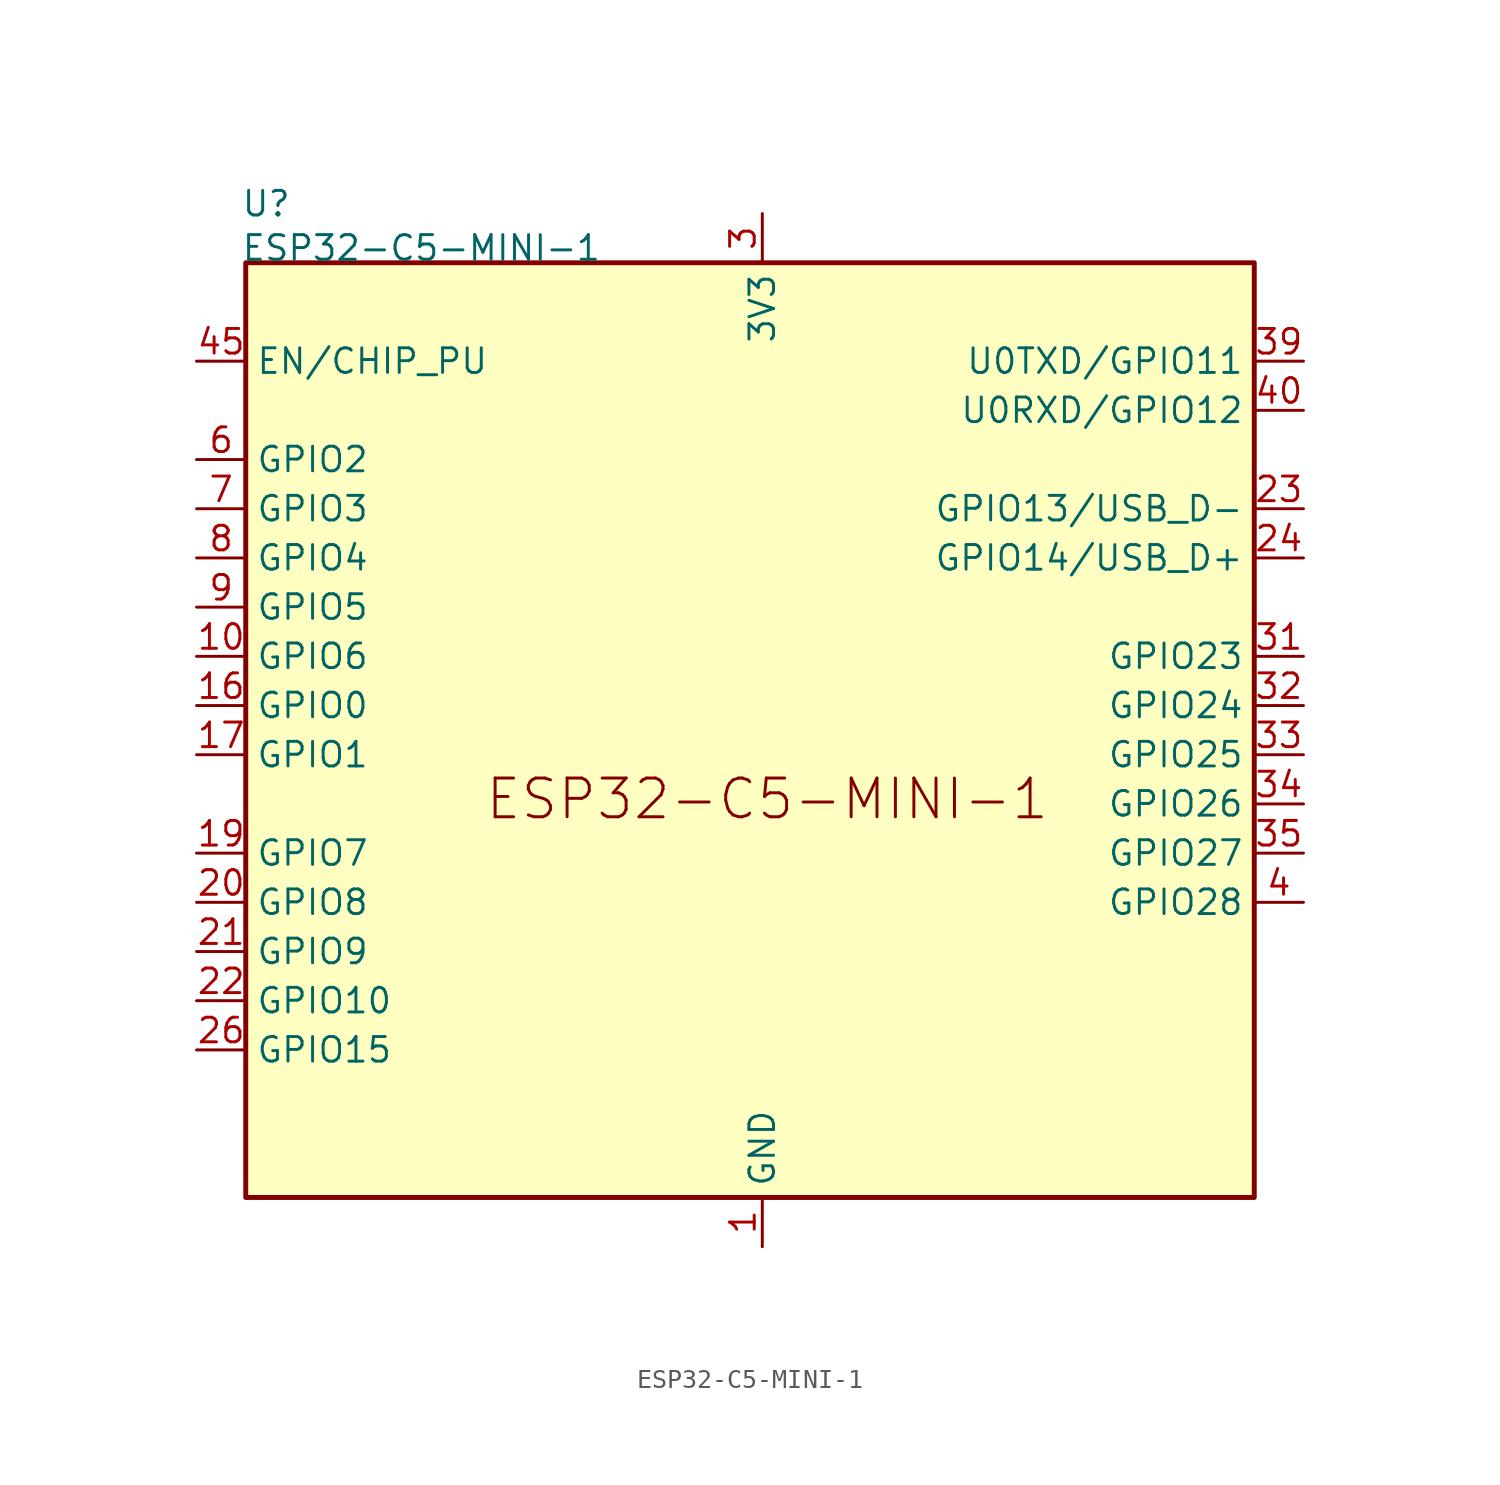
<source format=kicad_sym>
(kicad_symbol_lib
  (version 20241209)
  (generator "kicad_symbol_editor")
  (generator_version "9.0")
  (symbol "ESP32-C5-MINI-1"
    (property "Reference" "U"
      (at -26.924 27.178 0)
      (effects (font (size 1.27 1.27)) (justify left)))
    (property "Value" "ESP32-C5-MINI-1"
      (at -26.924 24.892 0)
      (effects (font (size 1.27 1.27)) (justify left)))
    (symbol "ESP32-C5-MINI-1_0_1"
      (rectangle (start -26.67 24.13) (end 25.4 -24.13) (stroke (width 0.254) (type default)) (fill (type background))))
    (symbol "ESP32-C5-MINI-1_1_0"
      (pin passive line (at 0 -26.67 90) (length 2.54) (hide yes) (name "GND" (effects (font (size 1.27 1.27)))) (number "46" (effects (font (size 1.27 1.27)))))
      (pin bidirectional line (at 27.94 19.05 180) (length 2.54) (name "U0TXD/GPIO11" (effects (font (size 1.27 1.27)))) (number "39" (effects (font (size 1.27 1.27)))) (alternate "GPIO11" bidirectional line) (alternate "U0TXD" output line))
      (pin bidirectional line (at 27.94 16.51 180) (length 2.54) (name "U0RXD/GPIO12" (effects (font (size 1.27 1.27)))) (number "40" (effects (font (size 1.27 1.27)))) (alternate "GPIO12" bidirectional line) (alternate "U0RXD" input line)))
    (symbol "ESP32-C5-MINI-1_1_1"
      (text "ESP32-C5-MINI-1" (at 0.254 -3.556 0) (effects (font (size 2 2))))
      (pin input line (at -29.21 19.05 0) (length 2.54) (name "EN/CHIP_PU" (effects (font (size 1.27 1.27)))) (number "45" (effects (font (size 1.27 1.27)))))
      (pin no_connect line (at -29.21 16.51 0) (length 2.54) (hide yes) (name "NC" (effects (font (size 1.27 1.27)))) (number "5" (effects (font (size 1.27 1.27)))))
      (pin bidirectional line (at -29.21 13.97 0) (length 2.54) (name "GPIO2" (effects (font (size 1.27 1.27)))) (number "6" (effects (font (size 1.27 1.27)))) (alternate "ADC1_CH1" input line) (alternate "FSPIQ" bidirectional line) (alternate "GPIO2" bidirectional line) (alternate "LP_GPIO2" bidirectional line) (alternate "LP_I2C_SDA" bidirectional line) (alternate "LP_UART_RTSN" bidirectional line) (alternate "MTMS" bidirectional line))
      (pin bidirectional line (at -29.21 11.43 0) (length 2.54) (name "GPIO3" (effects (font (size 1.27 1.27)))) (number "7" (effects (font (size 1.27 1.27)))) (alternate "ADC1_CH2" input line) (alternate "LP_GPIO3" bidirectional line) (alternate "LP_I2C_SCL" bidirectional line) (alternate "LP_UART_CTSN" bidirectional line) (alternate "MTDI" bidirectional line))
      (pin bidirectional line (at -29.21 8.89 0) (length 2.54) (name "GPIO4" (effects (font (size 1.27 1.27)))) (number "8" (effects (font (size 1.27 1.27)))) (alternate "ADC1_CH3" input line) (alternate "FSPIHD" bidirectional line) (alternate "LP_GPIO4" bidirectional line) (alternate "LP_UART_RXD" bidirectional line) (alternate "MTCK" bidirectional line))
      (pin bidirectional line (at -29.21 6.35 0) (length 2.54) (name "GPIO5" (effects (font (size 1.27 1.27)))) (number "9" (effects (font (size 1.27 1.27)))) (alternate "ADC1_CH4" bidirectional line) (alternate "FSPIWP" bidirectional line) (alternate "LP_GPIO5" bidirectional line) (alternate "LP_UART_TXD" bidirectional line) (alternate "MTDO" bidirectional line))
      (pin bidirectional line (at -29.21 3.81 0) (length 2.54) (name "GPIO6" (effects (font (size 1.27 1.27)))) (number "10" (effects (font (size 1.27 1.27)))) (alternate "ADC1_CH5" input line) (alternate "FSPICLK" bidirectional line) (alternate "LP_GPIO6" bidirectional line))
      (pin bidirectional line (at -29.21 1.27 0) (length 2.54) (name "GPIO0" (effects (font (size 1.27 1.27)))) (number "16" (effects (font (size 1.27 1.27)))) (alternate "LP_GPIO0" bidirectional line) (alternate "LP_UART_DTRN" bidirectional line) (alternate "XTAL_32K_P" bidirectional line))
      (pin bidirectional line (at -29.21 -1.27 0) (length 2.54) (name "GPIO1" (effects (font (size 1.27 1.27)))) (number "17" (effects (font (size 1.27 1.27)))) (alternate "ADC1_CH0" input line) (alternate "LP_GPIO1" bidirectional line) (alternate "LP_UART_DSRN" bidirectional line) (alternate "XTAL_32K_N" bidirectional line))
      (pin no_connect line (at -29.21 -3.81 0) (length 2.54) (hide yes) (name "NC" (effects (font (size 1.27 1.27)))) (number "14" (effects (font (size 1.27 1.27)))))
      (pin bidirectional line (at -29.21 -6.35 0) (length 2.54) (name "GPIO7" (effects (font (size 1.27 1.27)))) (number "19" (effects (font (size 1.27 1.27)))) (alternate "FSPID" bidirectional line) (alternate "SDIO_DATA1" bidirectional line))
      (pin bidirectional line (at -29.21 -8.89 0) (length 2.54) (name "GPIO8" (effects (font (size 1.27 1.27)))) (number "20" (effects (font (size 1.27 1.27)))) (alternate "PAD_COMP0" bidirectional line) (alternate "SDIO_DATA0" bidirectional line))
      (pin bidirectional line (at -29.21 -11.43 0) (length 2.54) (name "GPIO9" (effects (font (size 1.27 1.27)))) (number "21" (effects (font (size 1.27 1.27)))) (alternate "PAD_COMP1" bidirectional line) (alternate "SDIO_CLK" bidirectional line))
      (pin bidirectional line (at -29.21 -13.97 0) (length 2.54) (name "GPIO10" (effects (font (size 1.27 1.27)))) (number "22" (effects (font (size 1.27 1.27)))) (alternate "FSPICS0" bidirectional line) (alternate "SDIO_CMD" bidirectional line))
      (pin bidirectional line (at -29.21 -16.51 0) (length 2.54) (name "GPIO15" (effects (font (size 1.27 1.27)))) (number "26" (effects (font (size 1.27 1.27)))) (alternate "SPICS1" bidirectional line))
      (pin no_connect line (at -29.21 -19.05 0) (length 2.54) (hide yes) (name "NC" (effects (font (size 1.27 1.27)))) (number "15" (effects (font (size 1.27 1.27)))))
      (pin no_connect line (at -29.21 -21.59 0) (length 2.54) (hide yes) (name "NC" (effects (font (size 1.27 1.27)))) (number "18" (effects (font (size 1.27 1.27)))))
      (pin no_connect line (at -20.32 -26.67 90) (length 2.54) (hide yes) (name "NC" (effects (font (size 1.27 1.27)))) (number "28" (effects (font (size 1.27 1.27)))))
      (pin no_connect line (at -17.78 -26.67 90) (length 2.54) (hide yes) (name "NC" (effects (font (size 1.27 1.27)))) (number "25" (effects (font (size 1.27 1.27)))))
      (pin no_connect line (at -15.24 -26.67 90) (length 2.54) (hide yes) (name "NC" (effects (font (size 1.27 1.27)))) (number "27" (effects (font (size 1.27 1.27)))))
      (pin no_connect line (at -12.7 -26.67 90) (length 2.54) (hide yes) (name "NC" (effects (font (size 1.27 1.27)))) (number "29" (effects (font (size 1.27 1.27)))))
      (pin no_connect line (at -10.16 -26.67 90) (length 2.54) (hide yes) (name "NC" (effects (font (size 1.27 1.27)))) (number "30" (effects (font (size 1.27 1.27)))))
      (pin no_connect line (at -7.62 -26.67 90) (length 2.54) (hide yes) (name "NC" (effects (font (size 1.27 1.27)))) (number "49" (effects (font (size 1.27 1.27)))))
      (pin power_in line (at 0 26.67 270) (length 2.54) (name "3V3" (effects (font (size 1.27 1.27)))) (number "3" (effects (font (size 1.27 1.27)))))
      (pin power_in line (at 0 -26.67 90) (length 2.54) (name "GND" (effects (font (size 1.27 1.27)))) (number "1" (effects (font (size 1.27 1.27)))))
      (pin passive line (at 0 -26.67 90) (length 2.54) (hide yes) (name "GND" (effects (font (size 1.27 1.27)))) (number "2" (effects (font (size 1.27 1.27)))))
      (pin passive line (at 0 -26.67 90) (length 2.54) (hide yes) (name "GND" (effects (font (size 1.27 1.27)))) (number "42" (effects (font (size 1.27 1.27)))))
      (pin passive line (at 0 -26.67 90) (length 2.54) (hide yes) (name "GND" (effects (font (size 1.27 1.27)))) (number "43" (effects (font (size 1.27 1.27)))))
      (pin passive line (at 0 -26.67 90) (length 2.54) (hide yes) (name "GND" (effects (font (size 1.27 1.27)))) (number "47" (effects (font (size 1.27 1.27)))))
      (pin passive line (at 0 -26.67 90) (length 2.54) (hide yes) (name "GND" (effects (font (size 1.27 1.27)))) (number "48" (effects (font (size 1.27 1.27)))))
      (pin passive line (at 0 -26.67 90) (length 2.54) (hide yes) (name "GND" (effects (font (size 1.27 1.27)))) (number "50" (effects (font (size 1.27 1.27)))))
      (pin passive line (at 0 -26.67 90) (length 2.54) (hide yes) (name "GND" (effects (font (size 1.27 1.27)))) (number "51" (effects (font (size 1.27 1.27)))))
      (pin passive line (at 0 -26.67 90) (length 2.54) (hide yes) (name "GND" (effects (font (size 1.27 1.27)))) (number "52" (effects (font (size 1.27 1.27)))))
      (pin passive line (at 0 -26.67 90) (length 2.54) (hide yes) (name "GND" (effects (font (size 1.27 1.27)))) (number "53" (effects (font (size 1.27 1.27)))))
      (pin passive line (at 0 -26.67 90) (length 2.54) (hide yes) (name "GND" (effects (font (size 1.27 1.27)))) (number "54" (effects (font (size 1.27 1.27)))))
      (pin passive line (at 0 -26.67 90) (length 2.54) (hide yes) (name "GND" (effects (font (size 1.27 1.27)))) (number "55" (effects (font (size 1.27 1.27)))))
      (pin passive line (at 0 -26.67 90) (length 2.54) (hide yes) (name "GND" (effects (font (size 1.27 1.27)))) (number "56" (effects (font (size 1.27 1.27)))))
      (pin passive line (at 0 -26.67 90) (length 2.54) (hide yes) (name "GND" (effects (font (size 1.27 1.27)))) (number "57" (effects (font (size 1.27 1.27)))))
      (pin passive line (at 0 -26.67 90) (length 2.54) (hide yes) (name "GND" (effects (font (size 1.27 1.27)))) (number "58" (effects (font (size 1.27 1.27)))))
      (pin passive line (at 0 -26.67 90) (length 2.54) (hide yes) (name "GND" (effects (font (size 1.27 1.27)))) (number "59" (effects (font (size 1.27 1.27)))))
      (pin passive line (at 0 -26.67 90) (length 2.54) (hide yes) (name "GND" (effects (font (size 1.27 1.27)))) (number "60" (effects (font (size 1.27 1.27)))))
      (pin passive line (at 0 -26.67 90) (length 2.54) (hide yes) (name "GND" (effects (font (size 1.27 1.27)))) (number "61" (effects (font (size 1.27 1.27)))))
      (pin passive line (at 0 -26.67 90) (length 2.54) (hide yes) (name "GND" (effects (font (size 1.27 1.27)))) (number "62" (effects (font (size 1.27 1.27)))))
      (pin passive line (at 0 -26.67 90) (length 2.54) (hide yes) (name "GND" (effects (font (size 1.27 1.27)))) (number "63" (effects (font (size 1.27 1.27)))))
      (pin passive line (at 0 -26.67 90) (length 2.54) (hide yes) (name "GND" (effects (font (size 1.27 1.27)))) (number "64" (effects (font (size 1.27 1.27)))))
      (pin passive line (at 0 -26.67 90) (length 2.54) (hide yes) (name "GND" (effects (font (size 1.27 1.27)))) (number "65" (effects (font (size 1.27 1.27)))))
      (pin no_connect line (at 3.81 26.67 270) (length 2.54) (hide yes) (name "NC" (effects (font (size 1.27 1.27)))) (number "11" (effects (font (size 1.27 1.27)))))
      (pin no_connect line (at 6.35 26.67 270) (length 2.54) (hide yes) (name "NC" (effects (font (size 1.27 1.27)))) (number "12" (effects (font (size 1.27 1.27)))))
      (pin no_connect line (at 8.89 26.67 270) (length 2.54) (hide yes) (name "NC" (effects (font (size 1.27 1.27)))) (number "13" (effects (font (size 1.27 1.27)))))
      (pin bidirectional line (at 27.94 11.43 180) (length 2.54) (name "GPIO13/USB_D-" (effects (font (size 1.27 1.27)))) (number "23" (effects (font (size 1.27 1.27)))) (alternate "GPIO13" bidirectional line) (alternate "SDIO_DATA3" bidirectional line) (alternate "USB_D-" bidirectional line))
      (pin bidirectional line (at 27.94 8.89 180) (length 2.54) (name "GPIO14/USB_D+" (effects (font (size 1.27 1.27)))) (number "24" (effects (font (size 1.27 1.27)))) (alternate "GPIO14" bidirectional line) (alternate "SDIO_DATA2" bidirectional line) (alternate "USB_D+" bidirectional line))
      (pin bidirectional line (at 27.94 3.81 180) (length 2.54) (name "GPIO23" (effects (font (size 1.27 1.27)))) (number "31" (effects (font (size 1.27 1.27)))))
      (pin bidirectional line (at 27.94 1.27 180) (length 2.54) (name "GPIO24" (effects (font (size 1.27 1.27)))) (number "32" (effects (font (size 1.27 1.27)))))
      (pin bidirectional line (at 27.94 -1.27 180) (length 2.54) (name "GPIO25" (effects (font (size 1.27 1.27)))) (number "33" (effects (font (size 1.27 1.27)))))
      (pin bidirectional line (at 27.94 -3.81 180) (length 2.54) (name "GPIO26" (effects (font (size 1.27 1.27)))) (number "34" (effects (font (size 1.27 1.27)))))
      (pin bidirectional line (at 27.94 -6.35 180) (length 2.54) (name "GPIO27" (effects (font (size 1.27 1.27)))) (number "35" (effects (font (size 1.27 1.27)))))
      (pin bidirectional line (at 27.94 -8.89 180) (length 2.54) (name "GPIO28" (effects (font (size 1.27 1.27)))) (number "4" (effects (font (size 1.27 1.27)))))
      (pin no_connect line (at 27.94 -11.43 180) (length 2.54) (hide yes) (name "NC" (effects (font (size 1.27 1.27)))) (number "36" (effects (font (size 1.27 1.27)))))
      (pin no_connect line (at 27.94 -13.97 180) (length 2.54) (hide yes) (name "NC" (effects (font (size 1.27 1.27)))) (number "37" (effects (font (size 1.27 1.27)))))
      (pin no_connect line (at 27.94 -16.51 180) (length 2.54) (hide yes) (name "NC" (effects (font (size 1.27 1.27)))) (number "38" (effects (font (size 1.27 1.27)))))
      (pin no_connect line (at 27.94 -19.05 180) (length 2.54) (hide yes) (name "NC" (effects (font (size 1.27 1.27)))) (number "41" (effects (font (size 1.27 1.27)))))
      (pin no_connect line (at 27.94 -21.59 180) (length 2.54) (hide yes) (name "NC" (effects (font (size 1.27 1.27)))) (number "44" (effects (font (size 1.27 1.27))))))))
</source>
